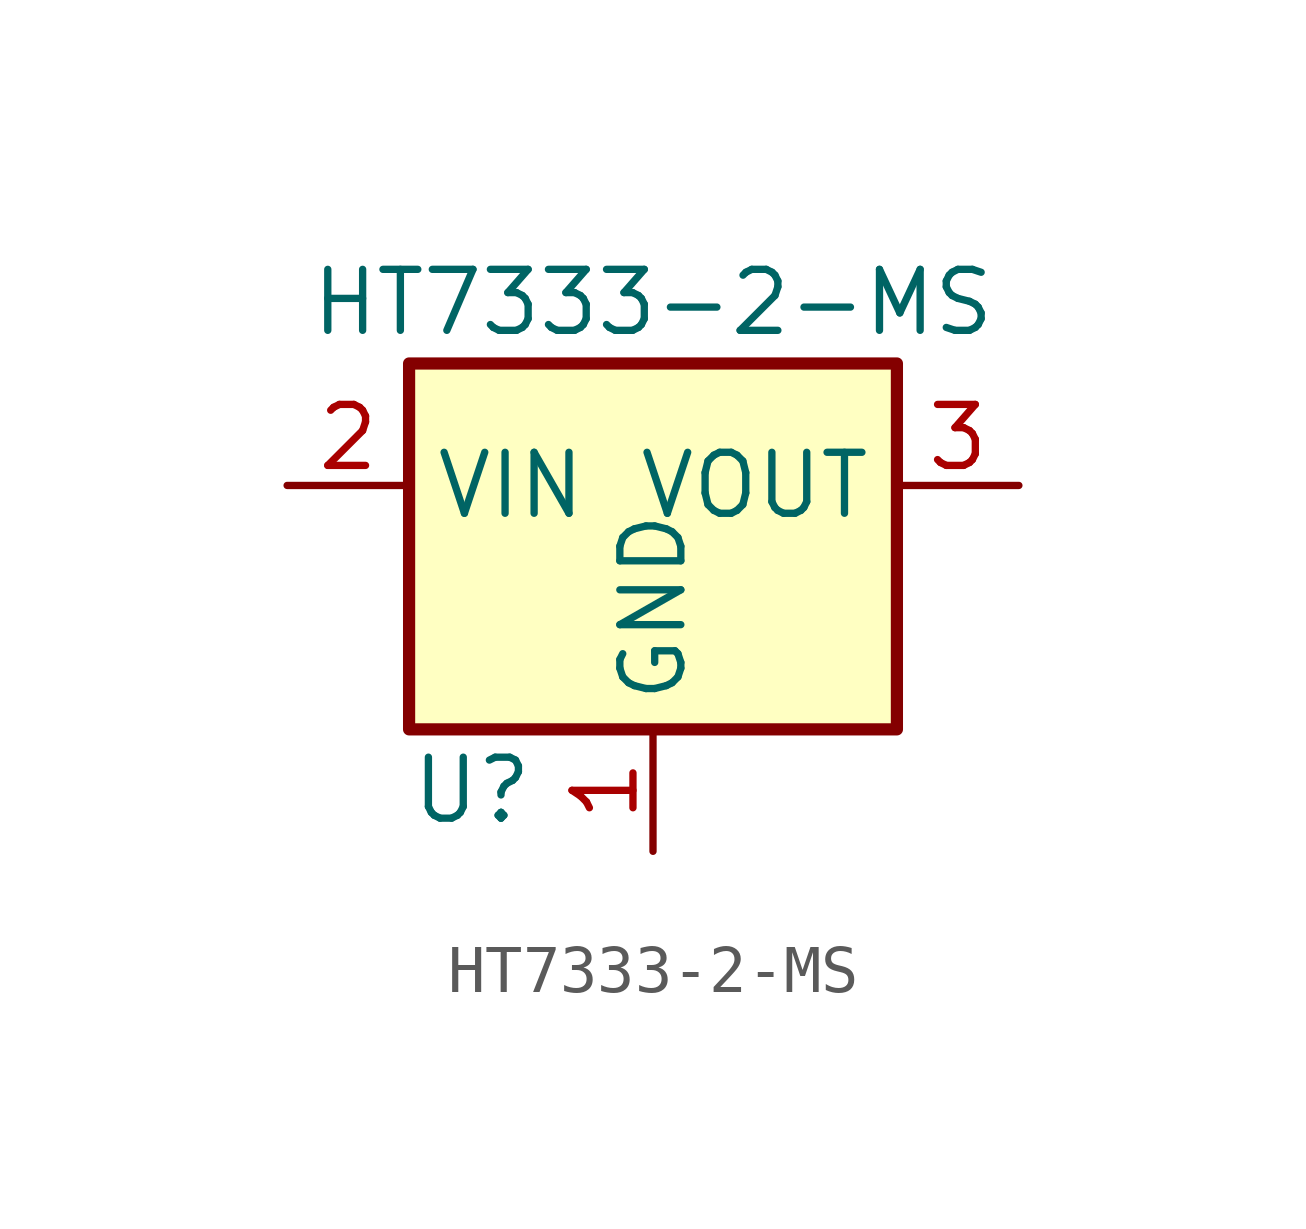
<source format=kicad_sym>
(kicad_symbol_lib
  (version 20241209)
  (generator "kicad_symbol_editor")
  (generator_version "9.0")
  (symbol "HT7333-2-MS"
    (property "Reference" "U"
      (at -5.08 -3.81 0)
      (effects (font (size 1.27 1.27)) (justify left)))
    (property "Value" "HT7333-2-MS"
      (at 0 6.35 0)
      (effects (font (size 1.27 1.27))))
    (symbol "HT7333-2-MS_0_1"
      (rectangle (start -5.08 5.08) (end 5.08 -2.54) (stroke (width 0.254) (type default)) (fill (type background))))
    (symbol "HT7333-2-MS_1_1"
      (pin power_in line (at -7.62 2.54 0) (length 2.54) (name "VIN" (effects (font (size 1.27 1.27)))) (number "2" (effects (font (size 1.27 1.27)))))
      (pin power_in line (at 0 -5.08 90) (length 2.54) (name "GND" (effects (font (size 1.27 1.27)))) (number "1" (effects (font (size 1.27 1.27)))))
      (pin power_out line (at 7.62 2.54 180) (length 2.54) (name "VOUT" (effects (font (size 1.27 1.27)))) (number "3" (effects (font (size 1.27 1.27))))))))
</source>
